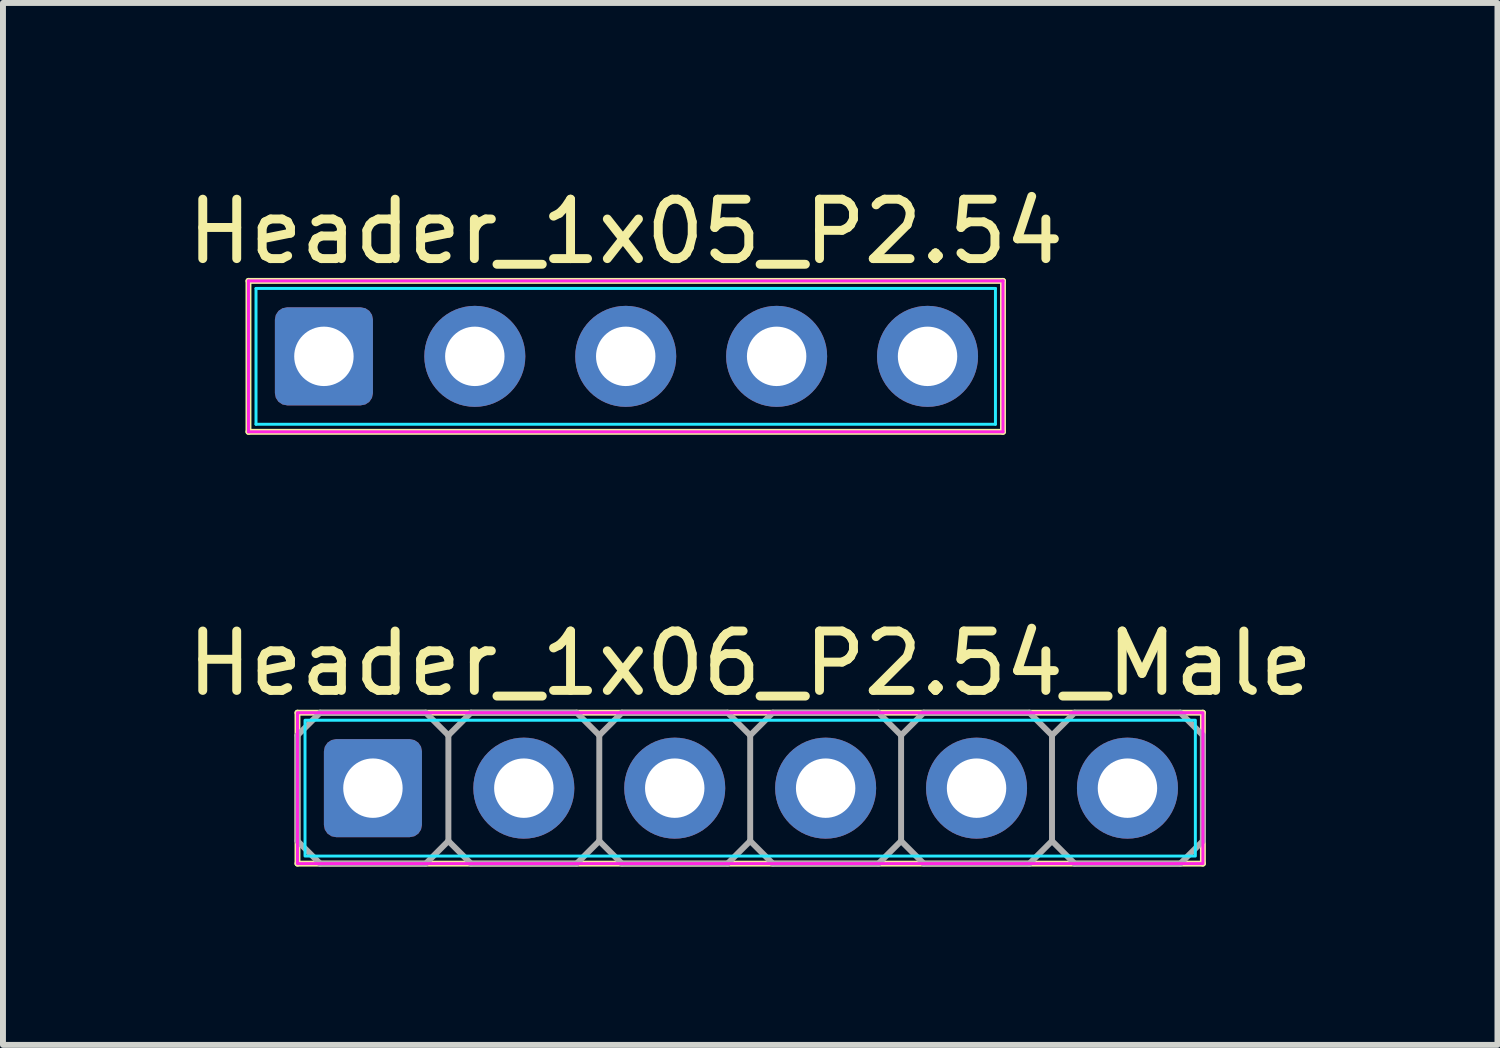
<source format=kicad_pcb>
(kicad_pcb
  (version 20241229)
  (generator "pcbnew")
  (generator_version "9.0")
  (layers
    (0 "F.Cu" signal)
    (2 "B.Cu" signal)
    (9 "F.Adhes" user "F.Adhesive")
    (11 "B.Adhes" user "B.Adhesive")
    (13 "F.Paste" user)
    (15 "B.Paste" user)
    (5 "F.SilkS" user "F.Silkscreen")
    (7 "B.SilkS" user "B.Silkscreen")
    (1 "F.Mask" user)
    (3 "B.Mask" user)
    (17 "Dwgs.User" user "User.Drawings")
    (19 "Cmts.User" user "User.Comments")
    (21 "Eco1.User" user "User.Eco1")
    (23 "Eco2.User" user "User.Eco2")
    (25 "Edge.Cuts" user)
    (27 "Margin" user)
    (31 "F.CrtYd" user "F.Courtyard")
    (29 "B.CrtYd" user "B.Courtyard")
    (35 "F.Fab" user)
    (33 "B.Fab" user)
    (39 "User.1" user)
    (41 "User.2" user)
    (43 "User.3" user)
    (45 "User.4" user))
  (footprint "Header_1x05_P2.54"
    (layer "F.Cu")
    (at 7.482 2.948)
    (property "Reference" "Header_1x05_P2.54" (at 0 -2.1 0) (layer "F.SilkS") (effects (font (size 1 1) (thickness 0.15))))
    (attr through_hole)
    (fp_line (start -6.35 -1.27) (end -6.35 1.27) (stroke (width 0.1) (type solid)) (layer "F.SilkS"))
    (fp_line (start -6.35 1.27) (end 6.35 1.27) (stroke (width 0.1) (type solid)) (layer "F.SilkS"))
    (fp_line (start 6.35 -1.27) (end -6.35 -1.27) (stroke (width 0.1) (type solid)) (layer "F.SilkS"))
    (fp_line (start 6.35 1.27) (end 6.35 -1.27) (stroke (width 0.1) (type solid)) (layer "F.SilkS"))
    (fp_line (start -6.223 -1.143) (end -6.223 1.143) (stroke (width 0.05) (type solid)) (layer "B.CrtYd"))
    (fp_line (start -6.223 1.143) (end 6.223 1.143) (stroke (width 0.05) (type solid)) (layer "B.CrtYd"))
    (fp_line (start 6.223 -1.143) (end -6.223 -1.143) (stroke (width 0.05) (type solid)) (layer "B.CrtYd"))
    (fp_line (start 6.223 1.143) (end 6.223 -1.143) (stroke (width 0.05) (type solid)) (layer "B.CrtYd"))
    (fp_line (start -6.35 -1.27) (end -6.35 1.27) (stroke (width 0.05) (type solid)) (layer "F.CrtYd"))
    (fp_line (start -6.35 1.27) (end 6.35 1.27) (stroke (width 0.05) (type solid)) (layer "F.CrtYd"))
    (fp_line (start 6.35 -1.27) (end -6.35 -1.27) (stroke (width 0.05) (type solid)) (layer "F.CrtYd"))
    (fp_line (start 6.35 1.27) (end 6.35 -1.27) (stroke (width 0.05) (type solid)) (layer "F.CrtYd"))
    (pad "1" thru_hole roundrect (at -5.08 0) (size 1.65 1.65) (drill 1) (layers "*.Cu" "*.Mask") (roundrect_rratio 0.125))
    (pad "2" thru_hole circle (at -2.54 0) (size 1.7 1.7) (drill 1) (layers "*.Cu" "*.Mask"))
    (pad "3" thru_hole circle (at 0 0) (size 1.7 1.7) (drill 1) (layers "*.Cu" "*.Mask"))
    (pad "4" thru_hole circle (at 2.54 0) (size 1.7 1.7) (drill 1) (layers "*.Cu" "*.Mask"))
    (pad "5" thru_hole circle (at 5.08 0) (size 1.7 1.7) (drill 1) (layers "*.Cu" "*.Mask")))
  (footprint "Header_1x06_P2.54_Male"
    (layer "F.Cu")
    (at 9.577 10.216)
    (property "Reference" "Header_1x06_P2.54_Male" (at 0 -2.1 0) (layer "F.SilkS") (effects (font (size 1 1) (thickness 0.15))))
    (attr through_hole)
    (fp_line (start -7.62 -1.27) (end -7.62 1.27) (stroke (width 0.1) (type solid)) (layer "F.SilkS"))
    (fp_line (start -7.62 1.27) (end 7.62 1.27) (stroke (width 0.1) (type solid)) (layer "F.SilkS"))
    (fp_line (start 7.62 -1.27) (end -7.62 -1.27) (stroke (width 0.1) (type solid)) (layer "F.SilkS"))
    (fp_line (start 7.62 1.27) (end 7.62 -1.27) (stroke (width 0.1) (type solid)) (layer "F.SilkS"))
    (fp_rect (start -7.493 -1.143) (end 7.493 1.143) (stroke (width 0.05) (type solid)) (fill no) (layer "B.CrtYd"))
    (fp_rect (start -7.62 -1.27) (end 7.62 1.27) (stroke (width 0.05) (type solid)) (fill no) (layer "F.CrtYd"))
    (fp_line (start -7.62 -0.889) (end -7.62 0.889) (stroke (width 0.1) (type solid)) (layer "F.Fab"))
    (fp_line (start -7.62 0.889) (end -7.239 1.27) (stroke (width 0.1) (type solid)) (layer "F.Fab"))
    (fp_line (start -7.239 -1.27) (end -7.62 -0.889) (stroke (width 0.1) (type solid)) (layer "F.Fab"))
    (fp_line (start -7.239 -1.27) (end -5.461 -1.27) (stroke (width 0.1) (type solid)) (layer "F.Fab"))
    (fp_line (start -7.239 1.27) (end -5.461 1.27) (stroke (width 0.1) (type solid)) (layer "F.Fab"))
    (fp_line (start -5.461 -1.27) (end -5.08 -0.889) (stroke (width 0.1) (type solid)) (layer "F.Fab"))
    (fp_line (start -5.461 1.27) (end -5.08 0.889) (stroke (width 0.1) (type solid)) (layer "F.Fab"))
    (fp_line (start -5.08 -0.889) (end -5.08 0.889) (stroke (width 0.1) (type solid)) (layer "F.Fab"))
    (fp_line (start -5.08 0.889) (end -4.699 1.27) (stroke (width 0.1) (type solid)) (layer "F.Fab"))
    (fp_line (start -4.699 -1.27) (end -5.08 -0.889) (stroke (width 0.1) (type solid)) (layer "F.Fab"))
    (fp_line (start -4.699 -1.27) (end -2.921 -1.27) (stroke (width 0.1) (type solid)) (layer "F.Fab"))
    (fp_line (start -4.699 1.27) (end -2.921 1.27) (stroke (width 0.1) (type solid)) (layer "F.Fab"))
    (fp_line (start -2.921 -1.27) (end -2.54 -0.889) (stroke (width 0.1) (type solid)) (layer "F.Fab"))
    (fp_line (start -2.921 1.27) (end -2.54 0.889) (stroke (width 0.1) (type solid)) (layer "F.Fab"))
    (fp_line (start -2.54 -0.889) (end -2.54 0.889) (stroke (width 0.1) (type solid)) (layer "F.Fab"))
    (fp_line (start -2.54 0.889) (end -2.159 1.27) (stroke (width 0.1) (type solid)) (layer "F.Fab"))
    (fp_line (start -2.159 -1.27) (end -2.54 -0.889) (stroke (width 0.1) (type solid)) (layer "F.Fab"))
    (fp_line (start -2.159 -1.27) (end -0.381 -1.27) (stroke (width 0.1) (type solid)) (layer "F.Fab"))
    (fp_line (start -2.159 1.27) (end -0.381 1.27) (stroke (width 0.1) (type solid)) (layer "F.Fab"))
    (fp_line (start -0.381 -1.27) (end 0 -0.889) (stroke (width 0.1) (type solid)) (layer "F.Fab"))
    (fp_line (start -0.381 1.27) (end 0 0.889) (stroke (width 0.1) (type solid)) (layer "F.Fab"))
    (fp_line (start 0 -0.889) (end 0 0.889) (stroke (width 0.1) (type solid)) (layer "F.Fab"))
    (fp_line (start 0 0.889) (end 0.381 1.27) (stroke (width 0.1) (type solid)) (layer "F.Fab"))
    (fp_line (start 0.381 -1.27) (end 0 -0.889) (stroke (width 0.1) (type solid)) (layer "F.Fab"))
    (fp_line (start 0.381 -1.27) (end 2.159 -1.27) (stroke (width 0.1) (type solid)) (layer "F.Fab"))
    (fp_line (start 0.381 1.27) (end 2.159 1.27) (stroke (width 0.1) (type solid)) (layer "F.Fab"))
    (fp_line (start 2.159 -1.27) (end 2.54 -0.889) (stroke (width 0.1) (type solid)) (layer "F.Fab"))
    (fp_line (start 2.159 1.27) (end 2.54 0.889) (stroke (width 0.1) (type solid)) (layer "F.Fab"))
    (fp_line (start 2.54 -0.889) (end 2.54 0.889) (stroke (width 0.1) (type solid)) (layer "F.Fab"))
    (fp_line (start 2.54 0.889) (end 2.921 1.27) (stroke (width 0.1) (type solid)) (layer "F.Fab"))
    (fp_line (start 2.921 -1.27) (end 2.54 -0.889) (stroke (width 0.1) (type solid)) (layer "F.Fab"))
    (fp_line (start 2.921 -1.27) (end 4.699 -1.27) (stroke (width 0.1) (type solid)) (layer "F.Fab"))
    (fp_line (start 2.921 1.27) (end 4.699 1.27) (stroke (width 0.1) (type solid)) (layer "F.Fab"))
    (fp_line (start 4.699 -1.27) (end 5.08 -0.889) (stroke (width 0.1) (type solid)) (layer "F.Fab"))
    (fp_line (start 4.699 1.27) (end 5.08 0.889) (stroke (width 0.1) (type solid)) (layer "F.Fab"))
    (fp_line (start 5.08 -0.889) (end 5.08 0.889) (stroke (width 0.1) (type solid)) (layer "F.Fab"))
    (fp_line (start 5.08 0.889) (end 5.461 1.27) (stroke (width 0.1) (type solid)) (layer "F.Fab"))
    (fp_line (start 5.461 -1.27) (end 5.08 -0.889) (stroke (width 0.1) (type solid)) (layer "F.Fab"))
    (fp_line (start 5.461 -1.27) (end 7.239 -1.27) (stroke (width 0.1) (type solid)) (layer "F.Fab"))
    (fp_line (start 5.461 1.27) (end 7.239 1.27) (stroke (width 0.1) (type solid)) (layer "F.Fab"))
    (fp_line (start 7.239 -1.27) (end 7.62 -0.889) (stroke (width 0.1) (type solid)) (layer "F.Fab"))
    (fp_line (start 7.239 1.27) (end 7.62 0.889) (stroke (width 0.1) (type solid)) (layer "F.Fab"))
    (fp_line (start 7.62 -0.889) (end 7.62 0.889) (stroke (width 0.1) (type solid)) (layer "F.Fab"))
    (pad "1" thru_hole roundrect (at -6.35 0) (size 1.65 1.65) (drill 1) (layers "*.Cu" "*.Mask") (roundrect_rratio 0.125))
    (pad "2" thru_hole circle (at -3.81 0) (size 1.7 1.7) (drill 1) (layers "*.Cu" "*.Mask"))
    (pad "3" thru_hole circle (at -1.27 0) (size 1.7 1.7) (drill 1) (layers "*.Cu" "*.Mask"))
    (pad "4" thru_hole circle (at 1.27 0) (size 1.7 1.7) (drill 1) (layers "*.Cu" "*.Mask"))
    (pad "5" thru_hole circle (at 3.81 0) (size 1.7 1.7) (drill 1) (layers "*.Cu" "*.Mask"))
    (pad "6" thru_hole circle (at 6.35 0) (size 1.7 1.7) (drill 1) (layers "*.Cu" "*.Mask")))
  (gr_rect
    (start -3 -3)
    (end 22.155 14.537)
    (stroke (width 0.1) (type default))
    (fill no)
    (layer "Edge.Cuts")))
</source>
